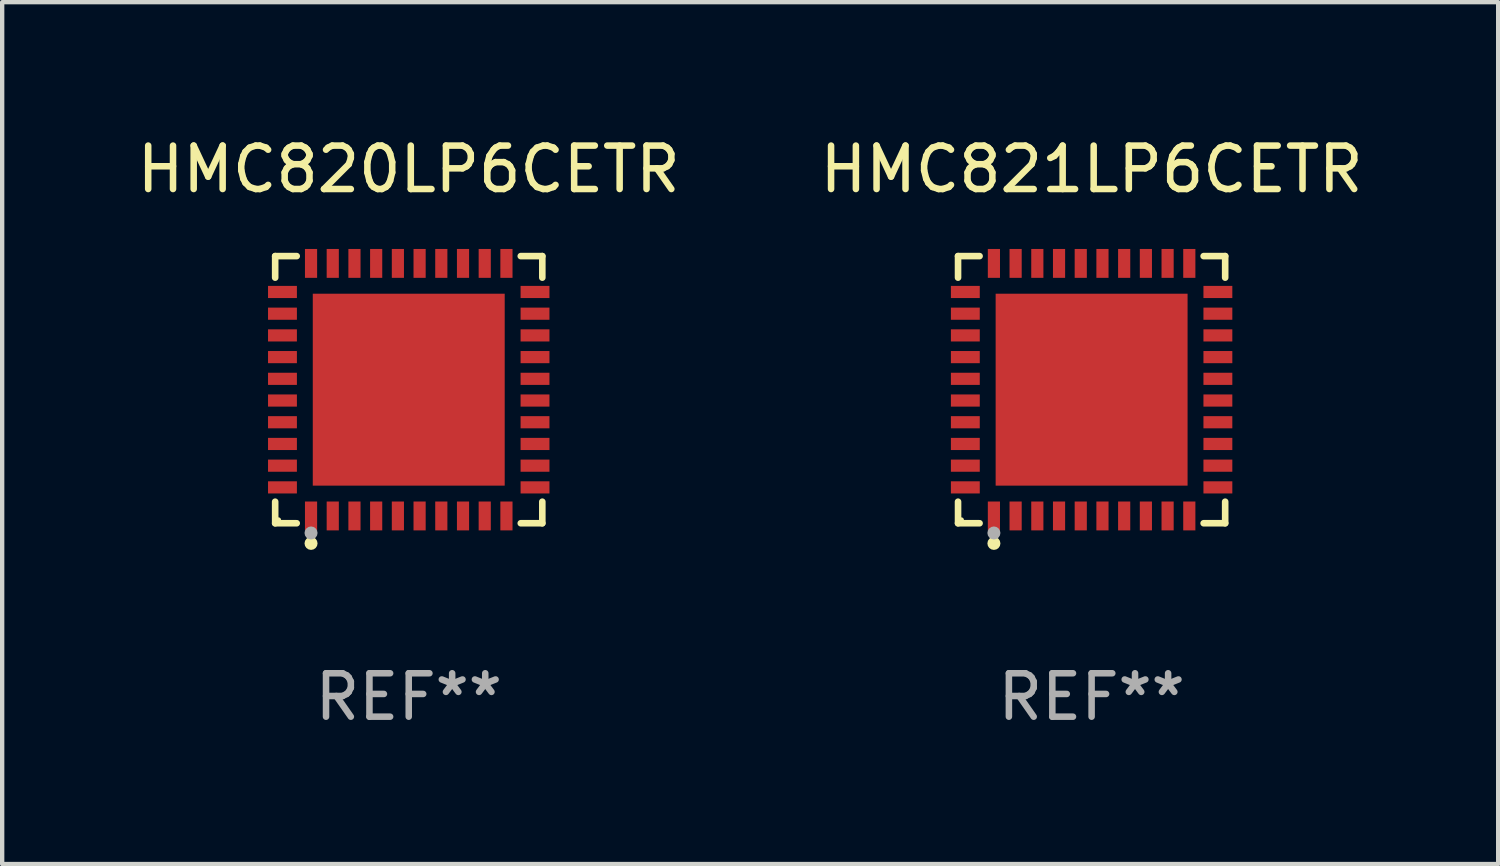
<source format=kicad_pcb>
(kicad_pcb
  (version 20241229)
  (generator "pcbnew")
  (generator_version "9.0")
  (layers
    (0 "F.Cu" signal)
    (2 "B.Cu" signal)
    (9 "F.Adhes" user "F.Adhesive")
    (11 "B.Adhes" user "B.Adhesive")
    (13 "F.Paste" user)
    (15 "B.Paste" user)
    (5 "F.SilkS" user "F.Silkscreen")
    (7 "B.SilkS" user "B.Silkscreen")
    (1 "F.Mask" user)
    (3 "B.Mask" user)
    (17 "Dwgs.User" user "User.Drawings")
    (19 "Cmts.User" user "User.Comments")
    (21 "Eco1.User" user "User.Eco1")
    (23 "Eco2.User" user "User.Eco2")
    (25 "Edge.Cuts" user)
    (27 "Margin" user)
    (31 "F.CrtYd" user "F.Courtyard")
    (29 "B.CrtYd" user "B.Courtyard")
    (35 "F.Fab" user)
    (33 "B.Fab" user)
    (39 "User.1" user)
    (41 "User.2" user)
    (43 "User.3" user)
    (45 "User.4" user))
  (footprint "HMC820LP6CETR"
    (layer "F.Cu")
    (at 6.363 5.924)
    (property "Reference" "HMC820LP6CETR" (at 0 -5.076 0) (layer "F.SilkS") (effects (font (size 1 1) (thickness 0.15))))
    (attr through_hole)
    (fp_line (start -3.076 -3.076) (end -2.58 -3.076) (stroke (width 0.152) (type solid)) (layer "F.SilkS"))
    (fp_line (start -3.076 -2.58) (end -3.076 -3.076) (stroke (width 0.152) (type solid)) (layer "F.SilkS"))
    (fp_line (start -3.076 2.58) (end -3.076 3.076) (stroke (width 0.152) (type solid)) (layer "F.SilkS"))
    (fp_line (start -3.076 3.076) (end -2.58 3.076) (stroke (width 0.152) (type solid)) (layer "F.SilkS"))
    (fp_line (start 3.076 -3.076) (end 2.58 -3.076) (stroke (width 0.152) (type solid)) (layer "F.SilkS"))
    (fp_line (start 3.076 -2.58) (end 3.076 -3.076) (stroke (width 0.152) (type solid)) (layer "F.SilkS"))
    (fp_line (start 3.076 2.58) (end 3.076 3.076) (stroke (width 0.152) (type solid)) (layer "F.SilkS"))
    (fp_line (start 3.076 3.076) (end 2.58 3.076) (stroke (width 0.152) (type solid)) (layer "F.SilkS"))
    (fp_circle (center -3 3) (end -2.97 3) (stroke (width 0.06) (type solid)) (fill no) (layer "F.SilkS"))
    (fp_circle (center -2.25 3.54) (end -2.175 3.54) (stroke (width 0.15) (type solid)) (fill no) (layer "F.SilkS"))
    (fp_circle (center -2.25 3.3) (end -2.175 3.3) (stroke (width 0.15) (type solid)) (fill no) (layer "F.Fab"))
    (fp_text user "REF**" (at 0 7.076 0) (layer "F.Fab") (effects (font (size 1 1) (thickness 0.15))))
    (pad "1" smd rect (at -2.25 2.908) (size 0.28 0.665) (layers "F.Cu" "F.Mask" "F.Paste"))
    (pad "2" smd rect (at -1.75 2.908) (size 0.28 0.665) (layers "F.Cu" "F.Mask" "F.Paste"))
    (pad "3" smd rect (at -1.25 2.908) (size 0.28 0.665) (layers "F.Cu" "F.Mask" "F.Paste"))
    (pad "4" smd rect (at -0.75 2.908) (size 0.28 0.665) (layers "F.Cu" "F.Mask" "F.Paste"))
    (pad "5" smd rect (at -0.25 2.908) (size 0.28 0.665) (layers "F.Cu" "F.Mask" "F.Paste"))
    (pad "6" smd rect (at 0.25 2.908) (size 0.28 0.665) (layers "F.Cu" "F.Mask" "F.Paste"))
    (pad "7" smd rect (at 0.75 2.908) (size 0.28 0.665) (layers "F.Cu" "F.Mask" "F.Paste"))
    (pad "8" smd rect (at 1.25 2.908) (size 0.28 0.665) (layers "F.Cu" "F.Mask" "F.Paste"))
    (pad "9" smd rect (at 1.75 2.908) (size 0.28 0.665) (layers "F.Cu" "F.Mask" "F.Paste"))
    (pad "10" smd rect (at 2.25 2.908) (size 0.28 0.665) (layers "F.Cu" "F.Mask" "F.Paste"))
    (pad "11" smd rect (at 2.908 2.25) (size 0.665 0.28) (layers "F.Cu" "F.Mask" "F.Paste"))
    (pad "12" smd rect (at 2.908 1.75) (size 0.665 0.28) (layers "F.Cu" "F.Mask" "F.Paste"))
    (pad "13" smd rect (at 2.908 1.25) (size 0.665 0.28) (layers "F.Cu" "F.Mask" "F.Paste"))
    (pad "14" smd rect (at 2.908 0.75) (size 0.665 0.28) (layers "F.Cu" "F.Mask" "F.Paste"))
    (pad "15" smd rect (at 2.908 0.25) (size 0.665 0.28) (layers "F.Cu" "F.Mask" "F.Paste"))
    (pad "16" smd rect (at 2.908 -0.25) (size 0.665 0.28) (layers "F.Cu" "F.Mask" "F.Paste"))
    (pad "17" smd rect (at 2.908 -0.75) (size 0.665 0.28) (layers "F.Cu" "F.Mask" "F.Paste"))
    (pad "18" smd rect (at 2.908 -1.25) (size 0.665 0.28) (layers "F.Cu" "F.Mask" "F.Paste"))
    (pad "19" smd rect (at 2.908 -1.75) (size 0.665 0.28) (layers "F.Cu" "F.Mask" "F.Paste"))
    (pad "20" smd rect (at 2.908 -2.25) (size 0.665 0.28) (layers "F.Cu" "F.Mask" "F.Paste"))
    (pad "21" smd rect (at 2.25 -2.908) (size 0.28 0.665) (layers "F.Cu" "F.Mask" "F.Paste"))
    (pad "22" smd rect (at 1.75 -2.908) (size 0.28 0.665) (layers "F.Cu" "F.Mask" "F.Paste"))
    (pad "23" smd rect (at 1.25 -2.908) (size 0.28 0.665) (layers "F.Cu" "F.Mask" "F.Paste"))
    (pad "24" smd rect (at 0.75 -2.908) (size 0.28 0.665) (layers "F.Cu" "F.Mask" "F.Paste"))
    (pad "25" smd rect (at 0.25 -2.908) (size 0.28 0.665) (layers "F.Cu" "F.Mask" "F.Paste"))
    (pad "26" smd rect (at -0.25 -2.908) (size 0.28 0.665) (layers "F.Cu" "F.Mask" "F.Paste"))
    (pad "27" smd rect (at -0.75 -2.908) (size 0.28 0.665) (layers "F.Cu" "F.Mask" "F.Paste"))
    (pad "28" smd rect (at -1.25 -2.908) (size 0.28 0.665) (layers "F.Cu" "F.Mask" "F.Paste"))
    (pad "29" smd rect (at -1.75 -2.908) (size 0.28 0.665) (layers "F.Cu" "F.Mask" "F.Paste"))
    (pad "30" smd rect (at -2.25 -2.908) (size 0.28 0.665) (layers "F.Cu" "F.Mask" "F.Paste"))
    (pad "31" smd rect (at -2.908 -2.25) (size 0.665 0.28) (layers "F.Cu" "F.Mask" "F.Paste"))
    (pad "32" smd rect (at -2.908 -1.75) (size 0.665 0.28) (layers "F.Cu" "F.Mask" "F.Paste"))
    (pad "33" smd rect (at -2.908 -1.25) (size 0.665 0.28) (layers "F.Cu" "F.Mask" "F.Paste"))
    (pad "34" smd rect (at -2.908 -0.75) (size 0.665 0.28) (layers "F.Cu" "F.Mask" "F.Paste"))
    (pad "35" smd rect (at -2.908 -0.25) (size 0.665 0.28) (layers "F.Cu" "F.Mask" "F.Paste"))
    (pad "36" smd rect (at -2.908 0.25) (size 0.665 0.28) (layers "F.Cu" "F.Mask" "F.Paste"))
    (pad "37" smd rect (at -2.908 0.75) (size 0.665 0.28) (layers "F.Cu" "F.Mask" "F.Paste"))
    (pad "38" smd rect (at -2.908 1.25) (size 0.665 0.28) (layers "F.Cu" "F.Mask" "F.Paste"))
    (pad "39" smd rect (at -2.908 1.75) (size 0.665 0.28) (layers "F.Cu" "F.Mask" "F.Paste"))
    (pad "40" smd rect (at -2.908 2.25) (size 0.665 0.28) (layers "F.Cu" "F.Mask" "F.Paste"))
    (pad "41" smd rect (at 0 0) (size 4.42 4.42) (layers "F.Cu" "F.Mask" "F.Paste")))
  (footprint "HMC821LP6CETR"
    (layer "F.Cu")
    (at 22.089 5.924)
    (property "Reference" "HMC821LP6CETR" (at 0 -5.076 0) (layer "F.SilkS") (effects (font (size 1 1) (thickness 0.15))))
    (attr through_hole)
    (fp_line (start -3.076 -3.076) (end -2.58 -3.076) (stroke (width 0.152) (type solid)) (layer "F.SilkS"))
    (fp_line (start -3.076 -2.58) (end -3.076 -3.076) (stroke (width 0.152) (type solid)) (layer "F.SilkS"))
    (fp_line (start -3.076 2.58) (end -3.076 3.076) (stroke (width 0.152) (type solid)) (layer "F.SilkS"))
    (fp_line (start -3.076 3.076) (end -2.58 3.076) (stroke (width 0.152) (type solid)) (layer "F.SilkS"))
    (fp_line (start 3.076 -3.076) (end 2.58 -3.076) (stroke (width 0.152) (type solid)) (layer "F.SilkS"))
    (fp_line (start 3.076 -2.58) (end 3.076 -3.076) (stroke (width 0.152) (type solid)) (layer "F.SilkS"))
    (fp_line (start 3.076 2.58) (end 3.076 3.076) (stroke (width 0.152) (type solid)) (layer "F.SilkS"))
    (fp_line (start 3.076 3.076) (end 2.58 3.076) (stroke (width 0.152) (type solid)) (layer "F.SilkS"))
    (fp_circle (center -3 3) (end -2.97 3) (stroke (width 0.06) (type solid)) (fill no) (layer "F.SilkS"))
    (fp_circle (center -2.25 3.54) (end -2.175 3.54) (stroke (width 0.15) (type solid)) (fill no) (layer "F.SilkS"))
    (fp_circle (center -2.25 3.3) (end -2.175 3.3) (stroke (width 0.15) (type solid)) (fill no) (layer "F.Fab"))
    (fp_text user "REF**" (at 0 7.076 0) (layer "F.Fab") (effects (font (size 1 1) (thickness 0.15))))
    (pad "1" smd rect (at -2.25 2.908) (size 0.28 0.665) (layers "F.Cu" "F.Mask" "F.Paste"))
    (pad "2" smd rect (at -1.75 2.908) (size 0.28 0.665) (layers "F.Cu" "F.Mask" "F.Paste"))
    (pad "3" smd rect (at -1.25 2.908) (size 0.28 0.665) (layers "F.Cu" "F.Mask" "F.Paste"))
    (pad "4" smd rect (at -0.75 2.908) (size 0.28 0.665) (layers "F.Cu" "F.Mask" "F.Paste"))
    (pad "5" smd rect (at -0.25 2.908) (size 0.28 0.665) (layers "F.Cu" "F.Mask" "F.Paste"))
    (pad "6" smd rect (at 0.25 2.908) (size 0.28 0.665) (layers "F.Cu" "F.Mask" "F.Paste"))
    (pad "7" smd rect (at 0.75 2.908) (size 0.28 0.665) (layers "F.Cu" "F.Mask" "F.Paste"))
    (pad "8" smd rect (at 1.25 2.908) (size 0.28 0.665) (layers "F.Cu" "F.Mask" "F.Paste"))
    (pad "9" smd rect (at 1.75 2.908) (size 0.28 0.665) (layers "F.Cu" "F.Mask" "F.Paste"))
    (pad "10" smd rect (at 2.25 2.908) (size 0.28 0.665) (layers "F.Cu" "F.Mask" "F.Paste"))
    (pad "11" smd rect (at 2.908 2.25) (size 0.665 0.28) (layers "F.Cu" "F.Mask" "F.Paste"))
    (pad "12" smd rect (at 2.908 1.75) (size 0.665 0.28) (layers "F.Cu" "F.Mask" "F.Paste"))
    (pad "13" smd rect (at 2.908 1.25) (size 0.665 0.28) (layers "F.Cu" "F.Mask" "F.Paste"))
    (pad "14" smd rect (at 2.908 0.75) (size 0.665 0.28) (layers "F.Cu" "F.Mask" "F.Paste"))
    (pad "15" smd rect (at 2.908 0.25) (size 0.665 0.28) (layers "F.Cu" "F.Mask" "F.Paste"))
    (pad "16" smd rect (at 2.908 -0.25) (size 0.665 0.28) (layers "F.Cu" "F.Mask" "F.Paste"))
    (pad "17" smd rect (at 2.908 -0.75) (size 0.665 0.28) (layers "F.Cu" "F.Mask" "F.Paste"))
    (pad "18" smd rect (at 2.908 -1.25) (size 0.665 0.28) (layers "F.Cu" "F.Mask" "F.Paste"))
    (pad "19" smd rect (at 2.908 -1.75) (size 0.665 0.28) (layers "F.Cu" "F.Mask" "F.Paste"))
    (pad "20" smd rect (at 2.908 -2.25) (size 0.665 0.28) (layers "F.Cu" "F.Mask" "F.Paste"))
    (pad "21" smd rect (at 2.25 -2.908) (size 0.28 0.665) (layers "F.Cu" "F.Mask" "F.Paste"))
    (pad "22" smd rect (at 1.75 -2.908) (size 0.28 0.665) (layers "F.Cu" "F.Mask" "F.Paste"))
    (pad "23" smd rect (at 1.25 -2.908) (size 0.28 0.665) (layers "F.Cu" "F.Mask" "F.Paste"))
    (pad "24" smd rect (at 0.75 -2.908) (size 0.28 0.665) (layers "F.Cu" "F.Mask" "F.Paste"))
    (pad "25" smd rect (at 0.25 -2.908) (size 0.28 0.665) (layers "F.Cu" "F.Mask" "F.Paste"))
    (pad "26" smd rect (at -0.25 -2.908) (size 0.28 0.665) (layers "F.Cu" "F.Mask" "F.Paste"))
    (pad "27" smd rect (at -0.75 -2.908) (size 0.28 0.665) (layers "F.Cu" "F.Mask" "F.Paste"))
    (pad "28" smd rect (at -1.25 -2.908) (size 0.28 0.665) (layers "F.Cu" "F.Mask" "F.Paste"))
    (pad "29" smd rect (at -1.75 -2.908) (size 0.28 0.665) (layers "F.Cu" "F.Mask" "F.Paste"))
    (pad "30" smd rect (at -2.25 -2.908) (size 0.28 0.665) (layers "F.Cu" "F.Mask" "F.Paste"))
    (pad "31" smd rect (at -2.908 -2.25) (size 0.665 0.28) (layers "F.Cu" "F.Mask" "F.Paste"))
    (pad "32" smd rect (at -2.908 -1.75) (size 0.665 0.28) (layers "F.Cu" "F.Mask" "F.Paste"))
    (pad "33" smd rect (at -2.908 -1.25) (size 0.665 0.28) (layers "F.Cu" "F.Mask" "F.Paste"))
    (pad "34" smd rect (at -2.908 -0.75) (size 0.665 0.28) (layers "F.Cu" "F.Mask" "F.Paste"))
    (pad "35" smd rect (at -2.908 -0.25) (size 0.665 0.28) (layers "F.Cu" "F.Mask" "F.Paste"))
    (pad "36" smd rect (at -2.908 0.25) (size 0.665 0.28) (layers "F.Cu" "F.Mask" "F.Paste"))
    (pad "37" smd rect (at -2.908 0.75) (size 0.665 0.28) (layers "F.Cu" "F.Mask" "F.Paste"))
    (pad "38" smd rect (at -2.908 1.25) (size 0.665 0.28) (layers "F.Cu" "F.Mask" "F.Paste"))
    (pad "39" smd rect (at -2.908 1.75) (size 0.665 0.28) (layers "F.Cu" "F.Mask" "F.Paste"))
    (pad "40" smd rect (at -2.908 2.25) (size 0.665 0.28) (layers "F.Cu" "F.Mask" "F.Paste"))
    (pad "41" smd rect (at 0 0) (size 4.42 4.42) (layers "F.Cu" "F.Mask" "F.Paste")))
  (gr_rect
    (start -3 -3)
    (end 31.452 16.849)
    (stroke (width 0.1) (type default))
    (fill no)
    (layer "Edge.Cuts")))
</source>
